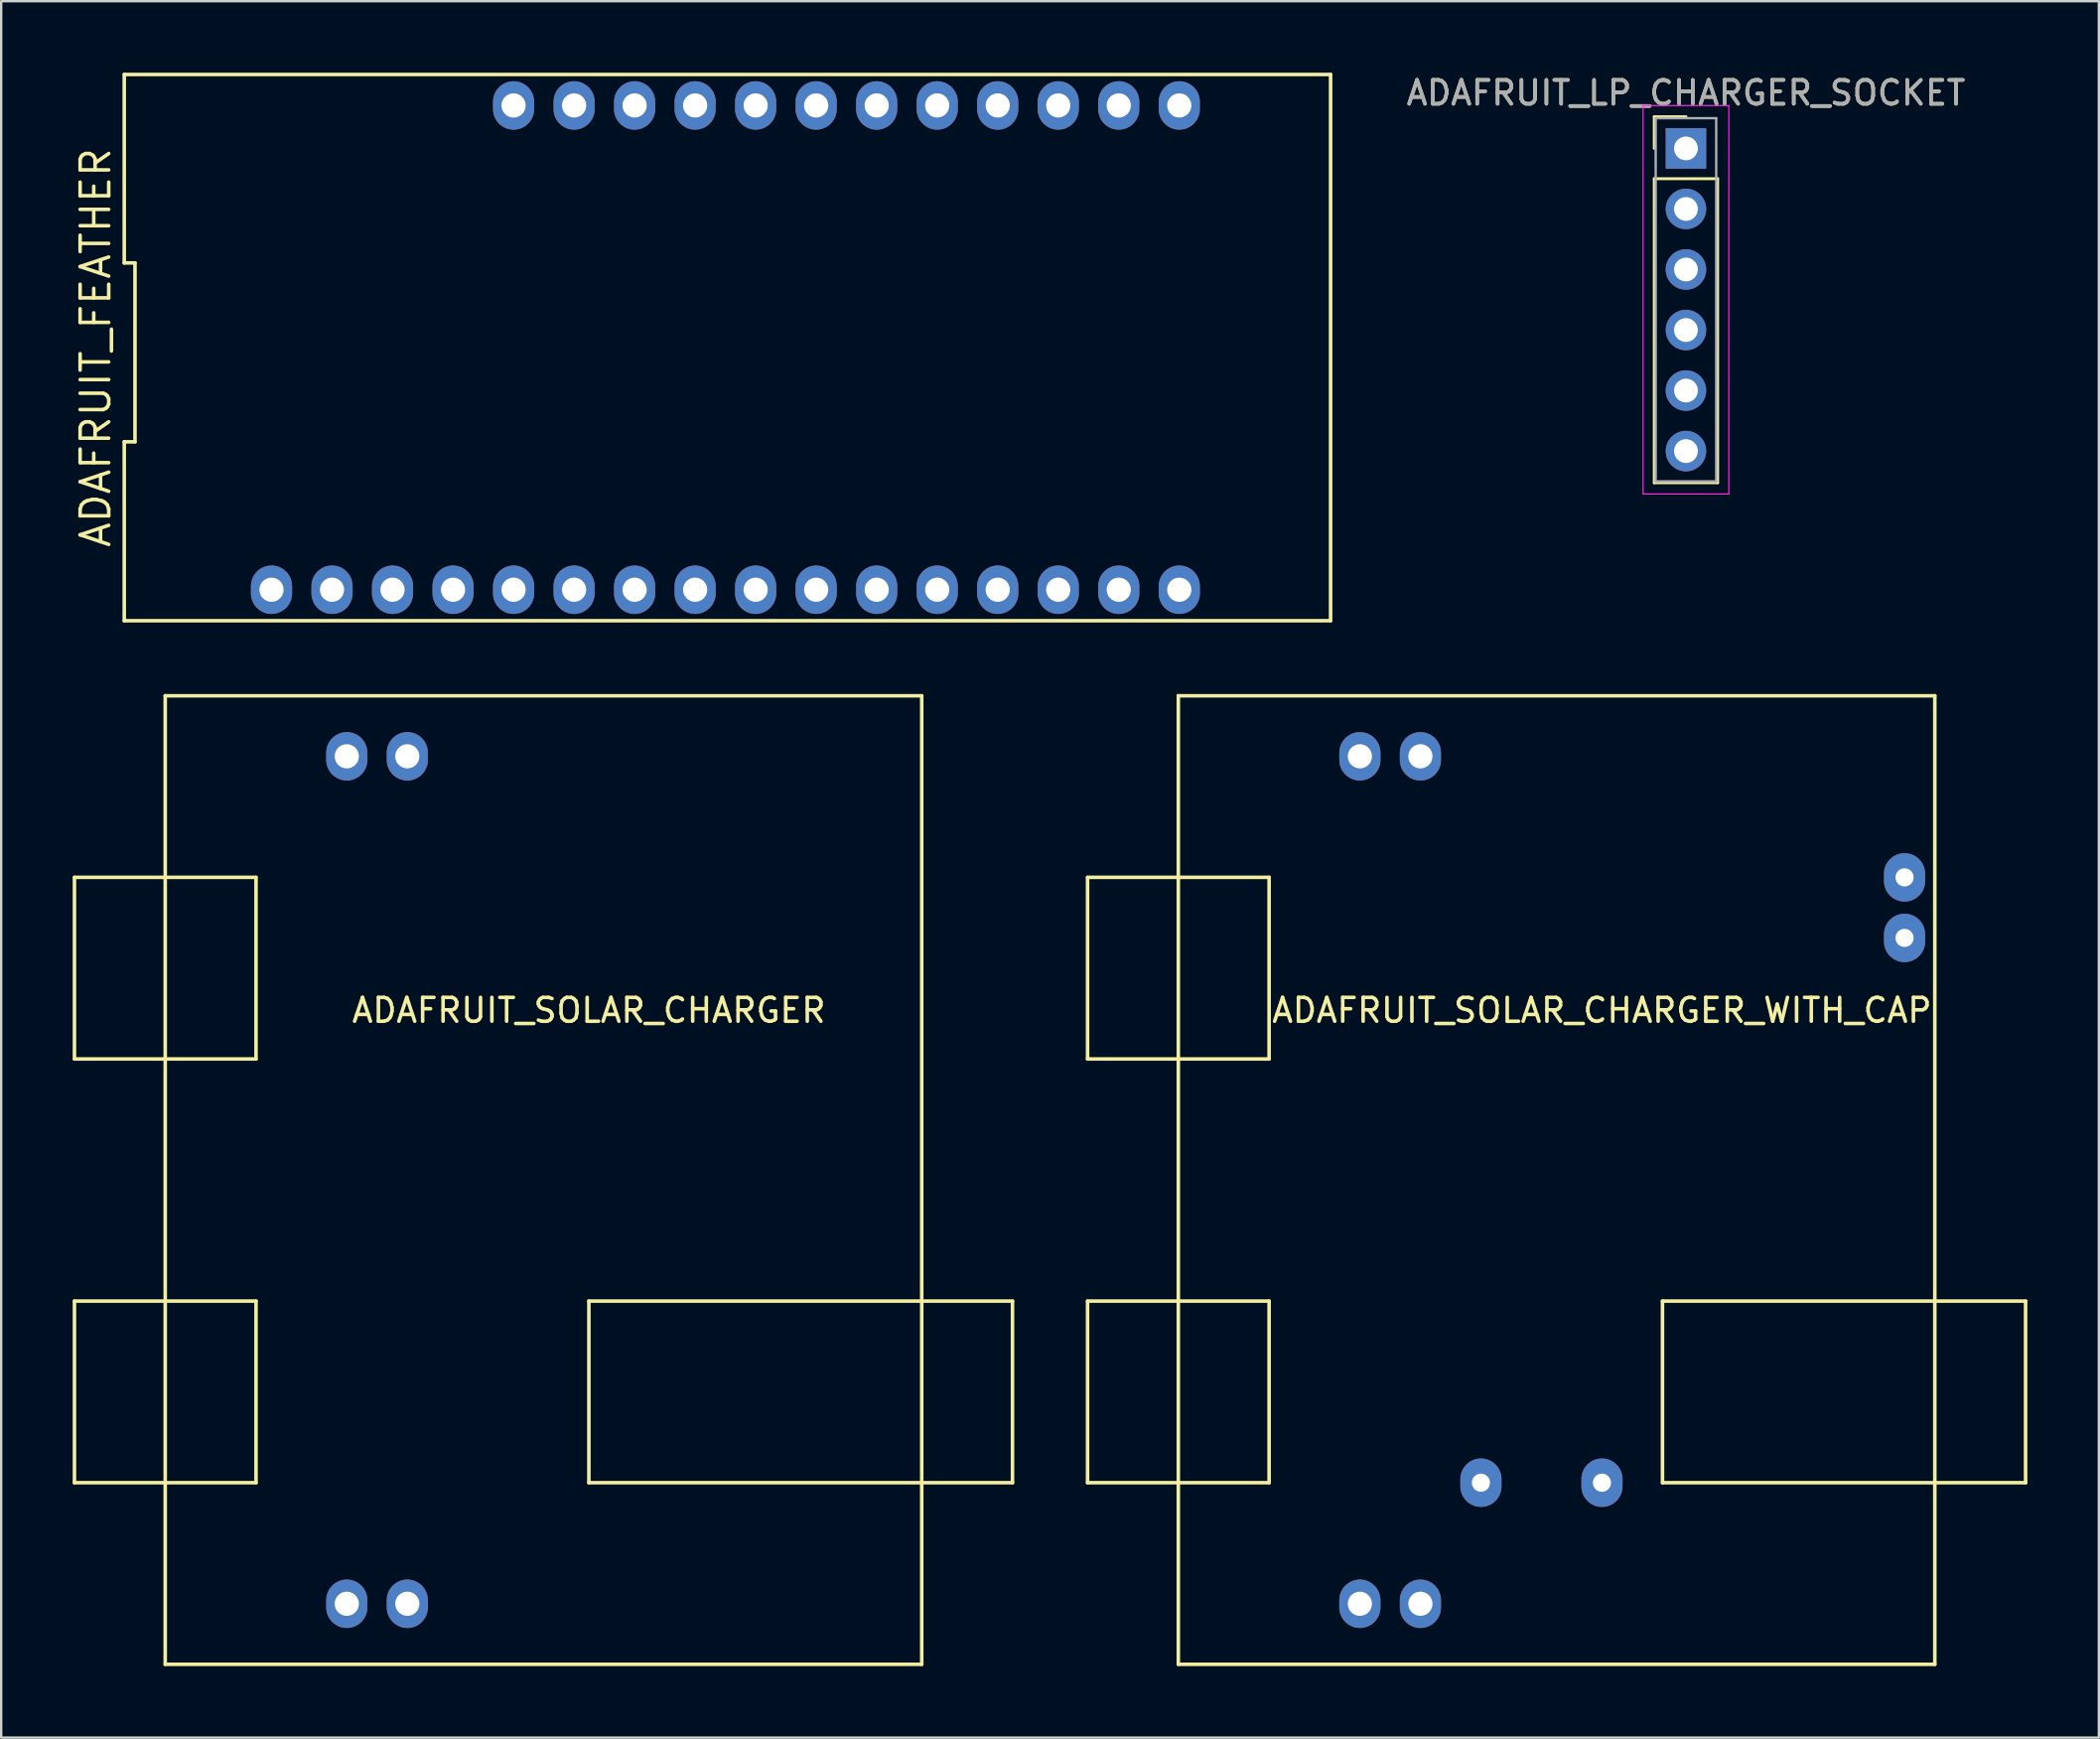
<source format=kicad_pcb>
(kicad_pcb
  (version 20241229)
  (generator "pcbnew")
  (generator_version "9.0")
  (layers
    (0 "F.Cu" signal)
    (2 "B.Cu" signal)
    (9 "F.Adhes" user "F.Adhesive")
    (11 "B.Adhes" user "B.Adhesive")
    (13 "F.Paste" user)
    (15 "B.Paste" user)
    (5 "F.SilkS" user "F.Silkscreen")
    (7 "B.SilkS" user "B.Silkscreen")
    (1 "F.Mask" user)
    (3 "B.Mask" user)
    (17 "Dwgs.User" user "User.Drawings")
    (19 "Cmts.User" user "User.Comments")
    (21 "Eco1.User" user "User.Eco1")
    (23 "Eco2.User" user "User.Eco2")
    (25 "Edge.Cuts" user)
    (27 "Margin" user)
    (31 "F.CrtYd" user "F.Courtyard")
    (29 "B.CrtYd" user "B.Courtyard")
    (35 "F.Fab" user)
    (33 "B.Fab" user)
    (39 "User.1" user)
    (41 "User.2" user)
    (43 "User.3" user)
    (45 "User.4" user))
  (footprint "ADAFRUIT_SOLAR_CHARGER_WITH_CAP"
    (layer "F.Cu")
    (at 64.185 46.465)
    (property "Reference" "ADAFRUIT_SOLAR_CHARGER_WITH_CAP" (at 0 -7.12 0) (layer "F.SilkS") (effects (font (size 1 1) (thickness 0.15))))
    (attr through_hole)
    (fp_line (start -21.59 -12.7) (end -13.97 -12.7) (stroke (width 0.15) (type solid)) (layer "F.SilkS"))
    (fp_line (start -21.59 -5.08) (end -21.59 -12.7) (stroke (width 0.15) (type solid)) (layer "F.SilkS"))
    (fp_line (start -21.59 5.08) (end -13.97 5.08) (stroke (width 0.15) (type solid)) (layer "F.SilkS"))
    (fp_line (start -21.59 12.7) (end -21.59 5.08) (stroke (width 0.15) (type solid)) (layer "F.SilkS"))
    (fp_line (start -17.78 -20.32) (end 13.97 -20.32) (stroke (width 0.15) (type solid)) (layer "F.SilkS"))
    (fp_line (start -17.78 20.32) (end -17.78 -20.32) (stroke (width 0.15) (type solid)) (layer "F.SilkS"))
    (fp_line (start -13.97 -12.7) (end -13.97 -5.08) (stroke (width 0.15) (type solid)) (layer "F.SilkS"))
    (fp_line (start -13.97 -5.08) (end -21.59 -5.08) (stroke (width 0.15) (type solid)) (layer "F.SilkS"))
    (fp_line (start -13.97 5.08) (end -13.97 12.7) (stroke (width 0.15) (type solid)) (layer "F.SilkS"))
    (fp_line (start -13.97 12.7) (end -21.59 12.7) (stroke (width 0.15) (type solid)) (layer "F.SilkS"))
    (fp_line (start 2.54 5.08) (end 2.54 12.7) (stroke (width 0.15) (type solid)) (layer "F.SilkS"))
    (fp_line (start 2.54 12.7) (end 17.78 12.7) (stroke (width 0.15) (type solid)) (layer "F.SilkS"))
    (fp_line (start 13.97 -20.32) (end 13.97 20.32) (stroke (width 0.15) (type solid)) (layer "F.SilkS"))
    (fp_line (start 13.97 20.32) (end -17.78 20.32) (stroke (width 0.15) (type solid)) (layer "F.SilkS"))
    (fp_line (start 17.78 5.08) (end 2.54 5.08) (stroke (width 0.15) (type solid)) (layer "F.SilkS"))
    (fp_line (start 17.78 12.7) (end 17.78 5.08) (stroke (width 0.15) (type solid)) (layer "F.SilkS"))
    (pad "1" thru_hole oval (at -10.16 -17.78) (size 1.727 2.032) (drill 1.016) (layers "*.Cu" "*.Mask"))
    (pad "2" thru_hole oval (at -7.62 -17.78) (size 1.727 2.032) (drill 1.016) (layers "*.Cu" "*.Mask"))
    (pad "3" thru_hole oval (at -7.62 17.78) (size 1.727 2.032) (drill 1.016) (layers "*.Cu" "*.Mask"))
    (pad "4" thru_hole oval (at -10.16 17.78) (size 1.727 2.032) (drill 1.016) (layers "*.Cu" "*.Mask"))
    (pad "5" thru_hole oval (at 0 12.7) (size 1.727 2.032) (drill 0.762) (layers "*.Cu" "*.Mask"))
    (pad "6" thru_hole oval (at -5.08 12.7) (size 1.727 2.032) (drill 0.762) (layers "*.Cu" "*.Mask"))
    (pad "7" thru_hole oval (at 12.7 -12.7) (size 1.727 2.032) (drill 0.762) (layers "*.Cu" "*.Mask"))
    (pad "8" thru_hole oval (at 12.7 -10.16) (size 1.727 2.032) (drill 0.762) (layers "*.Cu" "*.Mask")))
  (footprint "ADAFRUIT_LP_CHARGER_SOCKET"
    (layer "F.Cu")
    (at 67.71 3.178)
    (property "Reference" "ADAFRUIT_LP_CHARGER_SOCKET" (at 0 -2.33 0) (layer "F.SilkS") (effects (font (size 1 1) (thickness 0.15))))
    (attr through_hole)
    (fp_line (start -1.33 -1.33) (end 0 -1.33) (stroke (width 0.12) (type solid)) (layer "F.SilkS"))
    (fp_line (start -1.33 0) (end -1.33 -1.33) (stroke (width 0.12) (type solid)) (layer "F.SilkS"))
    (fp_line (start -1.33 1.27) (end -1.33 14.03) (stroke (width 0.12) (type solid)) (layer "F.SilkS"))
    (fp_line (start -1.33 14.03) (end 1.33 14.03) (stroke (width 0.12) (type solid)) (layer "F.SilkS"))
    (fp_line (start 1.33 1.27) (end -1.33 1.27) (stroke (width 0.12) (type solid)) (layer "F.SilkS"))
    (fp_line (start 1.33 14.03) (end 1.33 1.27) (stroke (width 0.12) (type solid)) (layer "F.SilkS"))
    (fp_line (start -1.8 -1.8) (end -1.8 14.5) (stroke (width 0.05) (type solid)) (layer "F.CrtYd"))
    (fp_line (start -1.8 14.5) (end 1.8 14.5) (stroke (width 0.05) (type solid)) (layer "F.CrtYd"))
    (fp_line (start 1.8 -1.8) (end -1.8 -1.8) (stroke (width 0.05) (type solid)) (layer "F.CrtYd"))
    (fp_line (start 1.8 14.5) (end 1.8 -1.8) (stroke (width 0.05) (type solid)) (layer "F.CrtYd"))
    (fp_line (start -1.27 -1.27) (end -1.27 13.97) (stroke (width 0.1) (type solid)) (layer "F.Fab"))
    (fp_line (start -1.27 13.97) (end 1.27 13.97) (stroke (width 0.1) (type solid)) (layer "F.Fab"))
    (fp_line (start 1.27 -1.27) (end -1.27 -1.27) (stroke (width 0.1) (type solid)) (layer "F.Fab"))
    (fp_line (start 1.27 13.97) (end 1.27 -1.27) (stroke (width 0.1) (type solid)) (layer "F.Fab"))
    (fp_text user "${REFERENCE}" (at 0 -2.33 0) (layer "F.Fab") (effects (font (size 1 1) (thickness 0.15))))
    (pad "1" thru_hole rect (at 0 0) (size 1.7 1.7) (drill 1) (layers "*.Cu" "*.Mask"))
    (pad "2" thru_hole oval (at 0 2.54) (size 1.7 1.7) (drill 1) (layers "*.Cu" "*.Mask"))
    (pad "3" thru_hole oval (at 0 5.08) (size 1.7 1.7) (drill 1) (layers "*.Cu" "*.Mask"))
    (pad "4" thru_hole oval (at 0 7.62) (size 1.7 1.7) (drill 1) (layers "*.Cu" "*.Mask"))
    (pad "5" thru_hole oval (at 0 10.16) (size 1.7 1.7) (drill 1) (layers "*.Cu" "*.Mask"))
    (pad "6" thru_hole oval (at 0 12.7) (size 1.7 1.7) (drill 1) (layers "*.Cu" "*.Mask")))
  (footprint "ADAFRUIT_SOLAR_CHARGER"
    (layer "F.Cu")
    (at 21.665 46.465)
    (property "Reference" "ADAFRUIT_SOLAR_CHARGER" (at 0 -7.12 0) (layer "F.SilkS") (effects (font (size 1 1) (thickness 0.15))))
    (attr through_hole)
    (fp_line (start -21.59 -12.7) (end -13.97 -12.7) (stroke (width 0.15) (type solid)) (layer "F.SilkS"))
    (fp_line (start -21.59 -5.08) (end -21.59 -12.7) (stroke (width 0.15) (type solid)) (layer "F.SilkS"))
    (fp_line (start -21.59 5.08) (end -13.97 5.08) (stroke (width 0.15) (type solid)) (layer "F.SilkS"))
    (fp_line (start -21.59 12.7) (end -21.59 5.08) (stroke (width 0.15) (type solid)) (layer "F.SilkS"))
    (fp_line (start -17.78 -20.32) (end 13.97 -20.32) (stroke (width 0.15) (type solid)) (layer "F.SilkS"))
    (fp_line (start -17.78 20.32) (end -17.78 -20.32) (stroke (width 0.15) (type solid)) (layer "F.SilkS"))
    (fp_line (start -13.97 -12.7) (end -13.97 -5.08) (stroke (width 0.15) (type solid)) (layer "F.SilkS"))
    (fp_line (start -13.97 -5.08) (end -21.59 -5.08) (stroke (width 0.15) (type solid)) (layer "F.SilkS"))
    (fp_line (start -13.97 5.08) (end -13.97 12.7) (stroke (width 0.15) (type solid)) (layer "F.SilkS"))
    (fp_line (start -13.97 12.7) (end -21.59 12.7) (stroke (width 0.15) (type solid)) (layer "F.SilkS"))
    (fp_line (start 0 5.08) (end 0 12.7) (stroke (width 0.15) (type solid)) (layer "F.SilkS"))
    (fp_line (start 0 12.7) (end 17.78 12.7) (stroke (width 0.15) (type solid)) (layer "F.SilkS"))
    (fp_line (start 13.97 -20.32) (end 13.97 20.32) (stroke (width 0.15) (type solid)) (layer "F.SilkS"))
    (fp_line (start 13.97 20.32) (end -17.78 20.32) (stroke (width 0.15) (type solid)) (layer "F.SilkS"))
    (fp_line (start 17.78 5.08) (end 0 5.08) (stroke (width 0.15) (type solid)) (layer "F.SilkS"))
    (fp_line (start 17.78 12.7) (end 17.78 5.08) (stroke (width 0.15) (type solid)) (layer "F.SilkS"))
    (pad "1" thru_hole oval (at -10.16 -17.78) (size 1.727 2.032) (drill 1.016) (layers "*.Cu" "*.Mask"))
    (pad "2" thru_hole oval (at -7.62 -17.78) (size 1.727 2.032) (drill 1.016) (layers "*.Cu" "*.Mask"))
    (pad "3" thru_hole oval (at -7.62 17.78) (size 1.727 2.032) (drill 1.016) (layers "*.Cu" "*.Mask"))
    (pad "4" thru_hole oval (at -10.16 17.78) (size 1.727 2.032) (drill 1.016) (layers "*.Cu" "*.Mask")))
  (footprint "ADAFRUIT_FEATHER"
    (layer "F.Cu")
    (at 27.395 11.535)
    (property "Reference" "ADAFRUIT_FEATHER" (at -26.43 0 90) (layer "F.SilkS") (effects (font (size 1.2 1.2) (thickness 0.15))))
    (attr through_hole)
    (fp_line (start -25.23 -11.46) (end -25.23 -3.553) (stroke (width 0.15) (type solid)) (layer "F.SilkS"))
    (fp_line (start -25.23 -3.553) (end -24.78 -3.553) (stroke (width 0.15) (type solid)) (layer "F.SilkS"))
    (fp_line (start -25.23 3.953) (end -25.23 11.46) (stroke (width 0.15) (type solid)) (layer "F.SilkS"))
    (fp_line (start -25.23 11.46) (end 25.4 11.46) (stroke (width 0.15) (type solid)) (layer "F.SilkS"))
    (fp_line (start -24.78 -3.553) (end -24.78 3.953) (stroke (width 0.15) (type solid)) (layer "F.SilkS"))
    (fp_line (start -24.78 3.953) (end -25.23 3.953) (stroke (width 0.15) (type solid)) (layer "F.SilkS"))
    (fp_line (start 25.4 -11.46) (end -25.23 -11.46) (stroke (width 0.15) (type solid)) (layer "F.SilkS"))
    (fp_line (start 25.4 11.46) (end 25.4 -11.46) (stroke (width 0.15) (type solid)) (layer "F.SilkS"))
    (pad "1" thru_hole oval (at -19.05 10.16) (size 1.727 2.032) (drill 1.016) (layers "*.Cu" "*.Mask"))
    (pad "2" thru_hole oval (at -16.51 10.16) (size 1.727 2.032) (drill 1.016) (layers "*.Cu" "*.Mask"))
    (pad "3" thru_hole oval (at -13.97 10.16) (size 1.727 2.032) (drill 1.016) (layers "*.Cu" "*.Mask"))
    (pad "4" thru_hole oval (at -11.43 10.16) (size 1.727 2.032) (drill 1.016) (layers "*.Cu" "*.Mask"))
    (pad "5" thru_hole oval (at -8.89 10.16) (size 1.727 2.032) (drill 1.016) (layers "*.Cu" "*.Mask"))
    (pad "6" thru_hole oval (at -6.35 10.16) (size 1.727 2.032) (drill 1.016) (layers "*.Cu" "*.Mask"))
    (pad "7" thru_hole oval (at -3.81 10.16) (size 1.727 2.032) (drill 1.016) (layers "*.Cu" "*.Mask"))
    (pad "8" thru_hole oval (at -1.27 10.16) (size 1.727 2.032) (drill 1.016) (layers "*.Cu" "*.Mask"))
    (pad "9" thru_hole oval (at 1.27 10.16) (size 1.727 2.032) (drill 1.016) (layers "*.Cu" "*.Mask"))
    (pad "10" thru_hole oval (at 3.81 10.16) (size 1.727 2.032) (drill 1.016) (layers "*.Cu" "*.Mask"))
    (pad "11" thru_hole oval (at 6.35 10.16) (size 1.727 2.032) (drill 1.016) (layers "*.Cu" "*.Mask"))
    (pad "12" thru_hole oval (at 8.89 10.16) (size 1.727 2.032) (drill 1.016) (layers "*.Cu" "*.Mask"))
    (pad "13" thru_hole oval (at 11.43 10.16) (size 1.727 2.032) (drill 1.016) (layers "*.Cu" "*.Mask"))
    (pad "14" thru_hole oval (at 13.97 10.16) (size 1.727 2.032) (drill 1.016) (layers "*.Cu" "*.Mask"))
    (pad "15" thru_hole oval (at 16.51 10.16) (size 1.727 2.032) (drill 1.016) (layers "*.Cu" "*.Mask"))
    (pad "16" thru_hole oval (at 19.05 10.16) (size 1.727 2.032) (drill 1.016) (layers "*.Cu" "*.Mask"))
    (pad "17" thru_hole oval (at 19.05 -10.16) (size 1.727 2.032) (drill 1.016) (layers "*.Cu" "*.Mask"))
    (pad "18" thru_hole oval (at 16.51 -10.16) (size 1.727 2.032) (drill 1.016) (layers "*.Cu" "*.Mask"))
    (pad "19" thru_hole oval (at 13.97 -10.16) (size 1.727 2.032) (drill 1.016) (layers "*.Cu" "*.Mask"))
    (pad "20" thru_hole oval (at 11.43 -10.16) (size 1.727 2.032) (drill 1.016) (layers "*.Cu" "*.Mask"))
    (pad "21" thru_hole oval (at 8.89 -10.16) (size 1.727 2.032) (drill 1.016) (layers "*.Cu" "*.Mask"))
    (pad "22" thru_hole oval (at 6.35 -10.16) (size 1.727 2.032) (drill 1.016) (layers "*.Cu" "*.Mask"))
    (pad "23" thru_hole oval (at 3.81 -10.16) (size 1.727 2.032) (drill 1.016) (layers "*.Cu" "*.Mask"))
    (pad "24" thru_hole oval (at 1.27 -10.16) (size 1.727 2.032) (drill 1.016) (layers "*.Cu" "*.Mask"))
    (pad "25" thru_hole oval (at -1.27 -10.16) (size 1.727 2.032) (drill 1.016) (layers "*.Cu" "*.Mask"))
    (pad "26" thru_hole oval (at -3.81 -10.16) (size 1.727 2.032) (drill 1.016) (layers "*.Cu" "*.Mask"))
    (pad "27" thru_hole oval (at -6.35 -10.16) (size 1.727 2.032) (drill 1.016) (layers "*.Cu" "*.Mask"))
    (pad "28" thru_hole oval (at -8.89 -10.16) (size 1.727 2.032) (drill 1.016) (layers "*.Cu" "*.Mask")))
  (gr_rect
    (start -3 -3)
    (end 85.04 69.86)
    (stroke (width 0.1) (type default))
    (fill no)
    (layer "Edge.Cuts")))
</source>
